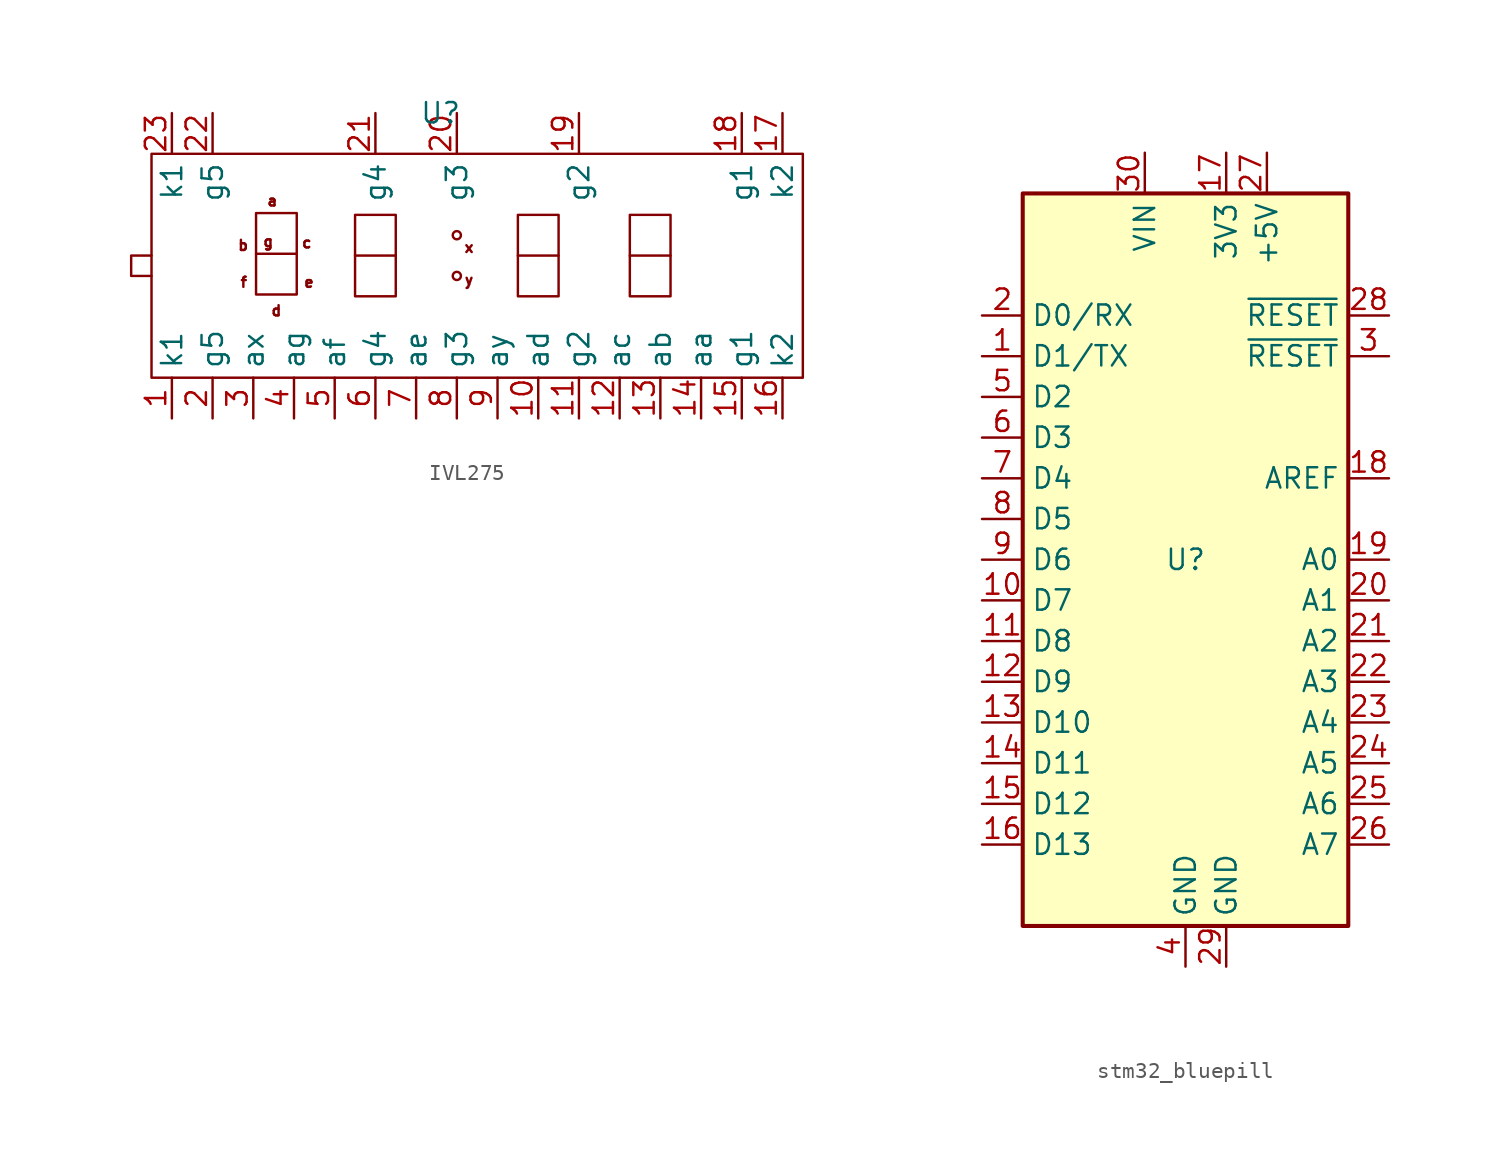
<source format=kicad_sym>
(kicad_symbol_lib
  (version 20241209)
  (generator "kicad_symbol_editor")
  (generator_version "9.0")
  (symbol "IVL275"
    (property "Reference" "U"
      (at 15.494 16.51 0)
      (effects (font (size 1.27 1.27))))
    (property "Value" ""
      (at 0 0 0)
      (effects (font (size 1.27 1.27))))
    (symbol "IVL275_0_1"
      (rectangle (start -2.54 13.97) (end 38.1 0) (stroke (width 0) (type default)) (fill (type none)))
      (polyline (pts (xy -2.54 6.35) (xy -3.81 6.35) (xy -3.81 7.62) (xy -2.54 7.62)) (stroke (width 0) (type default)) (fill (type none)))
      (polyline (pts (xy 3.982 7.732) (xy 3.982 10.272) (xy 6.522 10.272) (xy 6.522 7.732)) (stroke (width 0) (type default)) (fill (type none)))
      (polyline (pts (xy 3.982 5.192) (xy 6.522 5.192) (xy 6.522 7.732) (xy 3.982 7.732) (xy 3.982 5.192)) (stroke (width 0) (type default)) (fill (type none)))
      (polyline (pts (xy 10.16 7.62) (xy 10.16 10.16) (xy 12.7 10.16) (xy 12.7 7.62)) (stroke (width 0) (type default)) (fill (type none)))
      (polyline (pts (xy 10.16 5.08) (xy 12.7 5.08) (xy 12.7 7.62) (xy 10.16 7.62) (xy 10.16 5.08)) (stroke (width 0) (type default)) (fill (type none)))
      (polyline (pts (xy 20.32 7.62) (xy 20.32 10.16) (xy 22.86 10.16) (xy 22.86 7.62)) (stroke (width 0) (type default)) (fill (type none)))
      (polyline (pts (xy 20.32 5.08) (xy 22.86 5.08) (xy 22.86 7.62) (xy 20.32 7.62) (xy 20.32 5.08)) (stroke (width 0) (type default)) (fill (type none)))
      (polyline (pts (xy 27.305 7.62) (xy 27.305 10.16) (xy 29.845 10.16) (xy 29.845 7.62)) (stroke (width 0) (type default)) (fill (type none)))
      (polyline (pts (xy 27.305 5.08) (xy 29.845 5.08) (xy 29.845 7.62) (xy 27.305 7.62) (xy 27.305 5.08)) (stroke (width 0) (type default)) (fill (type none))))
    (symbol "IVL275_1_1"
      (circle (center 16.51 8.89) (radius 0.254) (stroke (width 0) (type default)) (fill (type none)))
      (circle (center 16.51 6.35) (radius 0.254) (stroke (width 0) (type default)) (fill (type none)))
      (text "b" (at 3.175 8.255 0) (effects (font (size 0.635 0.635))))
      (text "f" (at 3.22 5.954 0) (effects (font (size 0.635 0.635))))
      (text "g" (at 4.744 8.494 0) (effects (font (size 0.635 0.635))))
      (text "a" (at 4.998 11.034 0) (effects (font (size 0.635 0.635))))
      (text "d" (at 5.252 4.176 0) (effects (font (size 0.635 0.635))))
      (text "c" (at 7.149 8.416 0) (effects (font (size 0.635 0.635))))
      (text "e" (at 7.284 5.954 0) (effects (font (size 0.635 0.635))))
      (text "x" (at 17.272 8.128 0) (effects (font (size 0.635 0.635))))
      (text "y" (at 17.272 6.096 0) (effects (font (size 0.635 0.635))))
      (pin input line (at -1.27 16.51 270) (length 2.54) (name "k1" (effects (font (size 1.27 1.27)))) (number "23" (effects (font (size 1.27 1.27)))))
      (pin input line (at -1.27 -2.54 90) (length 2.54) (name "k1" (effects (font (size 1.27 1.27)))) (number "1" (effects (font (size 1.27 1.27)))))
      (pin input line (at 1.27 16.51 270) (length 2.54) (name "g5" (effects (font (size 1.27 1.27)))) (number "22" (effects (font (size 1.27 1.27)))))
      (pin input line (at 1.27 -2.54 90) (length 2.54) (name "g5" (effects (font (size 1.27 1.27)))) (number "2" (effects (font (size 1.27 1.27)))))
      (pin input line (at 3.81 -2.54 90) (length 2.54) (name "ax" (effects (font (size 1.27 1.27)))) (number "3" (effects (font (size 1.27 1.27)))))
      (pin input line (at 6.35 -2.54 90) (length 2.54) (name "ag" (effects (font (size 1.27 1.27)))) (number "4" (effects (font (size 1.27 1.27)))))
      (pin input line (at 8.89 -2.54 90) (length 2.54) (name "af" (effects (font (size 1.27 1.27)))) (number "5" (effects (font (size 1.27 1.27)))))
      (pin input line (at 11.43 16.51 270) (length 2.54) (name "g4" (effects (font (size 1.27 1.27)))) (number "21" (effects (font (size 1.27 1.27)))))
      (pin input line (at 11.43 -2.54 90) (length 2.54) (name "g4" (effects (font (size 1.27 1.27)))) (number "6" (effects (font (size 1.27 1.27)))))
      (pin input line (at 13.97 -2.54 90) (length 2.54) (name "ae" (effects (font (size 1.27 1.27)))) (number "7" (effects (font (size 1.27 1.27)))))
      (pin input line (at 16.51 16.51 270) (length 2.54) (name "g3" (effects (font (size 1.27 1.27)))) (number "20" (effects (font (size 1.27 1.27)))))
      (pin input line (at 16.51 -2.54 90) (length 2.54) (name "g3" (effects (font (size 1.27 1.27)))) (number "8" (effects (font (size 1.27 1.27)))))
      (pin input line (at 19.05 -2.54 90) (length 2.54) (name "ay" (effects (font (size 1.27 1.27)))) (number "9" (effects (font (size 1.27 1.27)))))
      (pin input line (at 21.59 -2.54 90) (length 2.54) (name "ad" (effects (font (size 1.27 1.27)))) (number "10" (effects (font (size 1.27 1.27)))))
      (pin input line (at 24.13 16.51 270) (length 2.54) (name "g2" (effects (font (size 1.27 1.27)))) (number "19" (effects (font (size 1.27 1.27)))))
      (pin input line (at 24.13 -2.54 90) (length 2.54) (name "g2" (effects (font (size 1.27 1.27)))) (number "11" (effects (font (size 1.27 1.27)))))
      (pin input line (at 26.67 -2.54 90) (length 2.54) (name "ac" (effects (font (size 1.27 1.27)))) (number "12" (effects (font (size 1.27 1.27)))))
      (pin input line (at 29.21 -2.54 90) (length 2.54) (name "ab" (effects (font (size 1.27 1.27)))) (number "13" (effects (font (size 1.27 1.27)))))
      (pin input line (at 31.75 -2.54 90) (length 2.54) (name "aa" (effects (font (size 1.27 1.27)))) (number "14" (effects (font (size 1.27 1.27)))))
      (pin input line (at 34.29 16.51 270) (length 2.54) (name "g1" (effects (font (size 1.27 1.27)))) (number "18" (effects (font (size 1.27 1.27)))))
      (pin input line (at 34.29 -2.54 90) (length 2.54) (name "g1" (effects (font (size 1.27 1.27)))) (number "15" (effects (font (size 1.27 1.27)))))
      (pin input line (at 36.83 16.51 270) (length 2.54) (name "k2" (effects (font (size 1.27 1.27)))) (number "17" (effects (font (size 1.27 1.27)))))
      (pin input line (at 36.83 -2.54 90) (length 2.54) (name "k2" (effects (font (size 1.27 1.27)))) (number "16" (effects (font (size 1.27 1.27)))))))
  (symbol "stm32_bluepill"
    (property "Reference" "U"
      (at 0 0 0)
      (effects (font (size 1.27 1.27))))
    (property "Value" ""
      (at 0 0 0)
      (effects (font (size 1.27 1.27))))
    (symbol "stm32_bluepill_0_1"
      (rectangle (start -10.16 22.86) (end 10.16 -22.86) (stroke (width 0.254) (type default)) (fill (type background))))
    (symbol "stm32_bluepill_1_1"
      (pin bidirectional line (at -12.7 15.24 0) (length 2.54) (name "D0/RX" (effects (font (size 1.27 1.27)))) (number "2" (effects (font (size 1.27 1.27)))))
      (pin bidirectional line (at -12.7 12.7 0) (length 2.54) (name "D1/TX" (effects (font (size 1.27 1.27)))) (number "1" (effects (font (size 1.27 1.27)))))
      (pin bidirectional line (at -12.7 10.16 0) (length 2.54) (name "D2" (effects (font (size 1.27 1.27)))) (number "5" (effects (font (size 1.27 1.27)))))
      (pin bidirectional line (at -12.7 7.62 0) (length 2.54) (name "D3" (effects (font (size 1.27 1.27)))) (number "6" (effects (font (size 1.27 1.27)))))
      (pin bidirectional line (at -12.7 5.08 0) (length 2.54) (name "D4" (effects (font (size 1.27 1.27)))) (number "7" (effects (font (size 1.27 1.27)))))
      (pin bidirectional line (at -12.7 2.54 0) (length 2.54) (name "D5" (effects (font (size 1.27 1.27)))) (number "8" (effects (font (size 1.27 1.27)))))
      (pin bidirectional line (at -12.7 0 0) (length 2.54) (name "D6" (effects (font (size 1.27 1.27)))) (number "9" (effects (font (size 1.27 1.27)))))
      (pin bidirectional line (at -12.7 -2.54 0) (length 2.54) (name "D7" (effects (font (size 1.27 1.27)))) (number "10" (effects (font (size 1.27 1.27)))))
      (pin bidirectional line (at -12.7 -5.08 0) (length 2.54) (name "D8" (effects (font (size 1.27 1.27)))) (number "11" (effects (font (size 1.27 1.27)))))
      (pin bidirectional line (at -12.7 -7.62 0) (length 2.54) (name "D9" (effects (font (size 1.27 1.27)))) (number "12" (effects (font (size 1.27 1.27)))))
      (pin bidirectional line (at -12.7 -10.16 0) (length 2.54) (name "D10" (effects (font (size 1.27 1.27)))) (number "13" (effects (font (size 1.27 1.27)))))
      (pin bidirectional line (at -12.7 -12.7 0) (length 2.54) (name "D11" (effects (font (size 1.27 1.27)))) (number "14" (effects (font (size 1.27 1.27)))))
      (pin bidirectional line (at -12.7 -15.24 0) (length 2.54) (name "D12" (effects (font (size 1.27 1.27)))) (number "15" (effects (font (size 1.27 1.27)))))
      (pin bidirectional line (at -12.7 -17.78 0) (length 2.54) (name "D13" (effects (font (size 1.27 1.27)))) (number "16" (effects (font (size 1.27 1.27)))))
      (pin power_in line (at -2.54 25.4 270) (length 2.54) (name "VIN" (effects (font (size 1.27 1.27)))) (number "30" (effects (font (size 1.27 1.27)))))
      (pin power_in line (at 0 -25.4 90) (length 2.54) (name "GND" (effects (font (size 1.27 1.27)))) (number "4" (effects (font (size 1.27 1.27)))))
      (pin power_out line (at 2.54 25.4 270) (length 2.54) (name "3V3" (effects (font (size 1.27 1.27)))) (number "17" (effects (font (size 1.27 1.27)))))
      (pin power_in line (at 2.54 -25.4 90) (length 2.54) (name "GND" (effects (font (size 1.27 1.27)))) (number "29" (effects (font (size 1.27 1.27)))))
      (pin power_out line (at 5.08 25.4 270) (length 2.54) (name "+5V" (effects (font (size 1.27 1.27)))) (number "27" (effects (font (size 1.27 1.27)))))
      (pin input line (at 12.7 15.24 180) (length 2.54) (name "~{RESET}" (effects (font (size 1.27 1.27)))) (number "28" (effects (font (size 1.27 1.27)))))
      (pin input line (at 12.7 12.7 180) (length 2.54) (name "~{RESET}" (effects (font (size 1.27 1.27)))) (number "3" (effects (font (size 1.27 1.27)))))
      (pin input line (at 12.7 5.08 180) (length 2.54) (name "AREF" (effects (font (size 1.27 1.27)))) (number "18" (effects (font (size 1.27 1.27)))))
      (pin bidirectional line (at 12.7 0 180) (length 2.54) (name "A0" (effects (font (size 1.27 1.27)))) (number "19" (effects (font (size 1.27 1.27)))))
      (pin bidirectional line (at 12.7 -2.54 180) (length 2.54) (name "A1" (effects (font (size 1.27 1.27)))) (number "20" (effects (font (size 1.27 1.27)))))
      (pin bidirectional line (at 12.7 -5.08 180) (length 2.54) (name "A2" (effects (font (size 1.27 1.27)))) (number "21" (effects (font (size 1.27 1.27)))))
      (pin bidirectional line (at 12.7 -7.62 180) (length 2.54) (name "A3" (effects (font (size 1.27 1.27)))) (number "22" (effects (font (size 1.27 1.27)))))
      (pin bidirectional line (at 12.7 -10.16 180) (length 2.54) (name "A4" (effects (font (size 1.27 1.27)))) (number "23" (effects (font (size 1.27 1.27)))))
      (pin bidirectional line (at 12.7 -12.7 180) (length 2.54) (name "A5" (effects (font (size 1.27 1.27)))) (number "24" (effects (font (size 1.27 1.27)))))
      (pin bidirectional line (at 12.7 -15.24 180) (length 2.54) (name "A6" (effects (font (size 1.27 1.27)))) (number "25" (effects (font (size 1.27 1.27)))))
      (pin bidirectional line (at 12.7 -17.78 180) (length 2.54) (name "A7" (effects (font (size 1.27 1.27)))) (number "26" (effects (font (size 1.27 1.27))))))))
</source>
